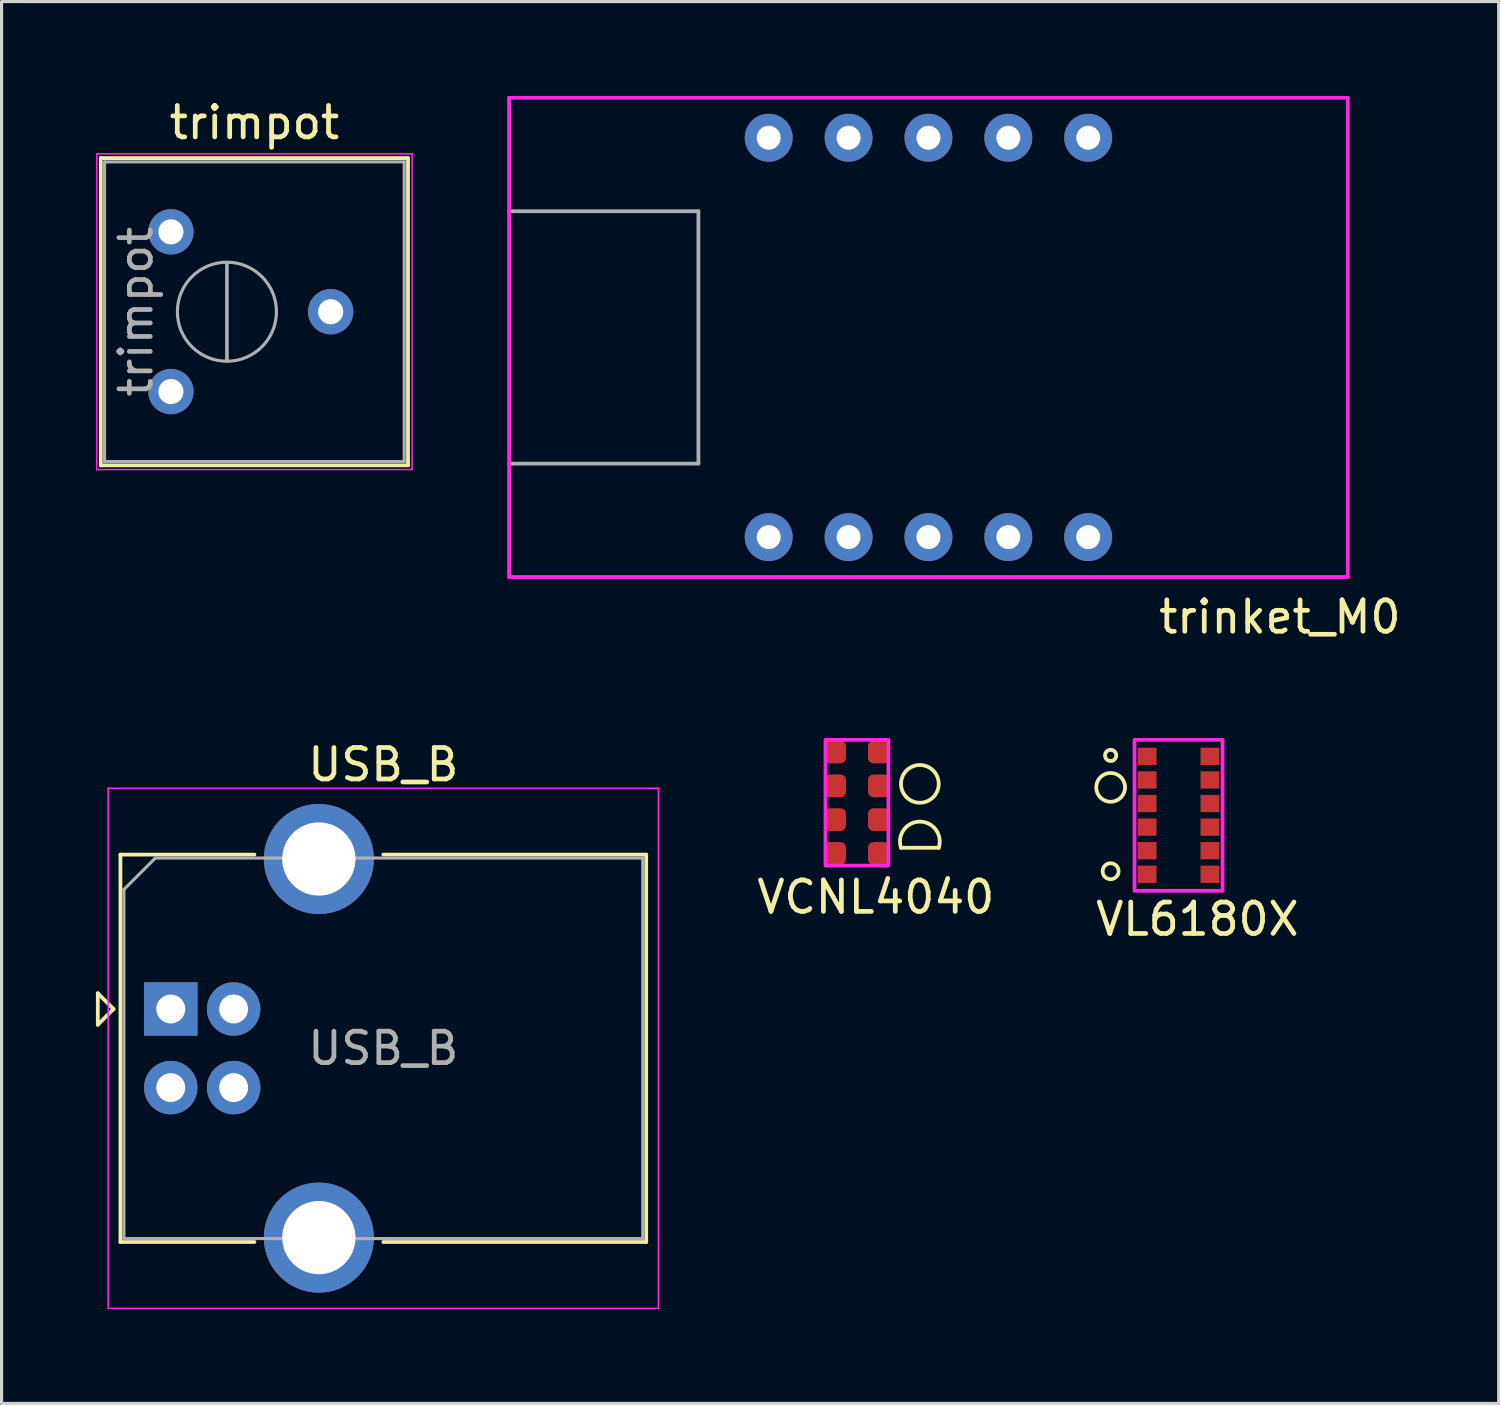
<source format=kicad_pcb>
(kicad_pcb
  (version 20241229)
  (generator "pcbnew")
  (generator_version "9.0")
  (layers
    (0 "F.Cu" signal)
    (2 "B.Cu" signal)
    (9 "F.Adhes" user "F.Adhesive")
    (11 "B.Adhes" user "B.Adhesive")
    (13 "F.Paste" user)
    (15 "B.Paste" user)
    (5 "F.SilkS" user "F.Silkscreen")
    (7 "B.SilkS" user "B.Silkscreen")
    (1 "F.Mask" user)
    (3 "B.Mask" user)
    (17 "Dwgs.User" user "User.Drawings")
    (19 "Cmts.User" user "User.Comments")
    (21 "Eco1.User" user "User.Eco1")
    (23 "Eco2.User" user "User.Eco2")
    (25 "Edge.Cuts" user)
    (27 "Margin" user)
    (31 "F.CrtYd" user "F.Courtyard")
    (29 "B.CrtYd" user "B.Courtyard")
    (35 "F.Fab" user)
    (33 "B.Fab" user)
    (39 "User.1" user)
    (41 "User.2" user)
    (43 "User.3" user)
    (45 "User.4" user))
  (footprint "VCNL4040"
    (layer "F.Cu")
    (at 24.202 22.478)
    (property "Reference" "VCNL4040" (at 0.6 3 0) (unlocked yes) (layer "F.SilkS") (effects (font (size 1 1) (thickness 0.15))))
    (attr smd)
    (fp_line (start 1.4 1.432) (end 2.6 1.432) (stroke (width 0.12) (type solid)) (layer "F.SilkS"))
    (fp_arc (start 1.400002 1.432455) (mid 2.000001 0.6) (end 2.6 1.432454) (stroke (width 0.12) (type solid)) (layer "F.SilkS"))
    (fp_circle (center 2 -0.6) (end 2 -1.2) (stroke (width 0.12) (type solid)) (fill no) (layer "F.SilkS"))
    (fp_rect (start -1 -2) (end 1 2) (stroke (width 0.12) (type solid)) (fill no) (layer "F.CrtYd"))
    (pad "1" smd roundrect (at 0.7 1.613) (size 0.7 0.725) (layers "F.Cu" "F.Mask" "F.Paste") (roundrect_rratio 0.25))
    (pad "2" smd roundrect (at 0.7 0.537) (size 0.7 0.725) (layers "F.Cu" "F.Mask" "F.Paste") (roundrect_rratio 0.25))
    (pad "3" smd roundrect (at 0.7 -0.537) (size 0.7 0.725) (layers "F.Cu" "F.Mask" "F.Paste") (roundrect_rratio 0.25))
    (pad "4" smd roundrect (at 0.7 -1.613) (size 0.7 0.725) (layers "F.Cu" "F.Mask" "F.Paste") (roundrect_rratio 0.25))
    (pad "5" smd roundrect (at -0.7 -1.613) (size 0.7 0.725) (layers "F.Cu" "F.Mask" "F.Paste") (roundrect_rratio 0.25))
    (pad "6" smd roundrect (at -0.7 -0.537) (size 0.7 0.725) (layers "F.Cu" "F.Mask" "F.Paste") (roundrect_rratio 0.25))
    (pad "7" smd roundrect (at -0.7 0.537) (size 0.7 0.725) (layers "F.Cu" "F.Mask" "F.Paste") (roundrect_rratio 0.25))
    (pad "8" smd roundrect (at -0.7 1.613) (size 0.7 0.725) (layers "F.Cu" "F.Mask" "F.Paste") (roundrect_rratio 0.25)))
  (footprint "trinket_M0"
    (layer "F.Cu")
    (at 26.475 7.68)
    (property "Reference" "trinket_M0" (at 11.176 8.89 0) (layer "F.SilkS") (effects (font (size 1 1) (thickness 0.15))))
    (attr through_hole)
    (fp_line (start -13.335 -7.62) (end -13.335 7.62) (stroke (width 0.12) (type solid)) (layer "F.CrtYd"))
    (fp_line (start -13.335 -7.62) (end 13.335 -7.62) (stroke (width 0.12) (type solid)) (layer "F.CrtYd"))
    (fp_line (start -13.335 7.62) (end 13.335 7.62) (stroke (width 0.12) (type solid)) (layer "F.CrtYd"))
    (fp_line (start 13.335 7.62) (end 13.335 -7.62) (stroke (width 0.12) (type solid)) (layer "F.CrtYd"))
    (fp_line (start -13.335 -4.013) (end -7.315 -4.013) (stroke (width 0.12) (type solid)) (layer "F.Fab"))
    (fp_line (start -13.335 4.013) (end -7.315 4.013) (stroke (width 0.12) (type solid)) (layer "F.Fab"))
    (fp_line (start -7.315 4.013) (end -7.315 -4.013) (stroke (width 0.12) (type solid)) (layer "F.Fab"))
    (pad "1" thru_hole circle (at -5.08 6.35) (size 1.524 1.524) (drill 0.762) (layers "*.Cu" "*.Mask"))
    (pad "2" thru_hole circle (at -2.54 6.35) (size 1.524 1.524) (drill 0.762) (layers "*.Cu" "*.Mask"))
    (pad "3" thru_hole circle (at 0 6.35) (size 1.524 1.524) (drill 0.762) (layers "*.Cu" "*.Mask"))
    (pad "4" thru_hole circle (at 2.54 6.35) (size 1.524 1.524) (drill 0.762) (layers "*.Cu" "*.Mask"))
    (pad "5" thru_hole circle (at 5.08 6.35) (size 1.524 1.524) (drill 0.762) (layers "*.Cu" "*.Mask"))
    (pad "6" thru_hole circle (at 5.08 -6.35) (size 1.524 1.524) (drill 0.762) (layers "*.Cu" "*.Mask"))
    (pad "7" thru_hole circle (at 2.54 -6.35) (size 1.524 1.524) (drill 0.762) (layers "*.Cu" "*.Mask"))
    (pad "8" thru_hole circle (at 0 -6.35) (size 1.524 1.524) (drill 0.762) (layers "*.Cu" "*.Mask"))
    (pad "9" thru_hole circle (at -2.54 -6.35) (size 1.524 1.524) (drill 0.762) (layers "*.Cu" "*.Mask"))
    (pad "10" thru_hole circle (at -5.08 -6.35) (size 1.524 1.524) (drill 0.762) (layers "*.Cu" "*.Mask")))
  (footprint "VL6180X"
    (layer "F.Cu")
    (at 34.428 22.878)
    (property "Reference" "VL6180X" (at 0.6 3.302 0) (unlocked yes) (layer "F.SilkS") (effects (font (size 1 1) (thickness 0.15))))
    (attr smd)
    (fp_circle (center -2.159 -1.905) (end -2.159 -2.083) (stroke (width 0.12) (type solid)) (fill no) (layer "F.SilkS"))
    (fp_circle (center -2.159 -0.889) (end -2.413 -1.27) (stroke (width 0.12) (type solid)) (fill no) (layer "F.SilkS"))
    (fp_circle (center -2.159 1.778) (end -2.159 1.524) (stroke (width 0.12) (type solid)) (fill no) (layer "F.SilkS"))
    (fp_rect (start -1.4 -2.4) (end 1.4 2.4) (stroke (width 0.12) (type solid)) (fill no) (layer "F.CrtYd"))
    (pad "1" smd rect (at -1 -1.875 90) (size 0.55 0.6) (layers "F.Cu" "F.Mask" "F.Paste"))
    (pad "2" smd rect (at -1 -1.125 90) (size 0.55 0.6) (layers "F.Cu" "F.Mask" "F.Paste"))
    (pad "3" smd rect (at -1 -0.375 90) (size 0.55 0.6) (layers "F.Cu" "F.Mask" "F.Paste"))
    (pad "4" smd rect (at -1 0.375 90) (size 0.55 0.6) (layers "F.Cu" "F.Mask" "F.Paste"))
    (pad "5" smd rect (at -1 1.125 90) (size 0.55 0.6) (layers "F.Cu" "F.Mask" "F.Paste"))
    (pad "6" smd rect (at -1 1.875 90) (size 0.55 0.6) (layers "F.Cu" "F.Mask" "F.Paste"))
    (pad "7" smd rect (at 1 1.875 90) (size 0.55 0.6) (layers "F.Cu" "F.Mask" "F.Paste"))
    (pad "8" smd rect (at 1 1.125 90) (size 0.55 0.6) (layers "F.Cu" "F.Mask" "F.Paste"))
    (pad "9" smd rect (at 1 0.375 90) (size 0.55 0.6) (layers "F.Cu" "F.Mask" "F.Paste"))
    (pad "10" smd rect (at 1 -0.375 90) (size 0.55 0.6) (layers "F.Cu" "F.Mask" "F.Paste"))
    (pad "11" smd rect (at 1 -1.125 90) (size 0.55 0.6) (layers "F.Cu" "F.Mask" "F.Paste"))
    (pad "12" smd rect (at 1 -1.875 90) (size 0.55 0.6) (layers "F.Cu" "F.Mask" "F.Paste")))
  (footprint "trimpot"
    (layer "F.Cu")
    (at 2.385 9.403)
    (property "Reference" "trimpot" (at 2.655 -8.555 0) (layer "F.SilkS") (effects (font (size 1 1) (thickness 0.15))))
    (attr through_hole)
    (fp_line (start -2.23 -7.425) (end -2.23 2.345) (stroke (width 0.12) (type solid)) (layer "F.SilkS"))
    (fp_line (start -2.23 -7.425) (end 7.54 -7.425) (stroke (width 0.12) (type solid)) (layer "F.SilkS"))
    (fp_line (start -2.23 2.345) (end 7.54 2.345) (stroke (width 0.12) (type solid)) (layer "F.SilkS"))
    (fp_line (start 7.54 -7.425) (end 7.54 2.345) (stroke (width 0.12) (type solid)) (layer "F.SilkS"))
    (fp_line (start -2.36 -7.56) (end -2.36 2.48) (stroke (width 0.05) (type solid)) (layer "F.CrtYd"))
    (fp_line (start -2.36 2.48) (end 7.67 2.48) (stroke (width 0.05) (type solid)) (layer "F.CrtYd"))
    (fp_line (start 7.67 -7.56) (end -2.36 -7.56) (stroke (width 0.05) (type solid)) (layer "F.CrtYd"))
    (fp_line (start 7.67 2.48) (end 7.67 -7.56) (stroke (width 0.05) (type solid)) (layer "F.CrtYd"))
    (fp_line (start -2.11 -7.305) (end -2.11 2.225) (stroke (width 0.1) (type solid)) (layer "F.Fab"))
    (fp_line (start -2.11 2.225) (end 7.42 2.225) (stroke (width 0.1) (type solid)) (layer "F.Fab"))
    (fp_line (start 1.781 -0.98) (end 1.781 -4.099) (stroke (width 0.1) (type solid)) (layer "F.Fab"))
    (fp_line (start 1.781 -0.98) (end 1.781 -4.099) (stroke (width 0.1) (type solid)) (layer "F.Fab"))
    (fp_line (start 7.42 -7.305) (end -2.11 -7.305) (stroke (width 0.1) (type solid)) (layer "F.Fab"))
    (fp_line (start 7.42 2.225) (end 7.42 -7.305) (stroke (width 0.1) (type solid)) (layer "F.Fab"))
    (fp_circle (center 1.781 -2.54) (end 3.356 -2.54) (stroke (width 0.1) (type solid)) (fill no) (layer "F.Fab"))
    (fp_text user "${REFERENCE}" (at -1.11 -2.54 90) (layer "F.Fab") (effects (font (size 1 1) (thickness 0.15))))
    (pad "1" thru_hole circle (at 0 0) (size 1.44 1.44) (drill 0.8) (layers "*.Cu" "*.Mask"))
    (pad "2" thru_hole circle (at 5.08 -2.54) (size 1.44 1.44) (drill 0.8) (layers "*.Cu" "*.Mask"))
    (pad "3" thru_hole circle (at 0 -5.08) (size 1.44 1.44) (drill 0.8) (layers "*.Cu" "*.Mask")))
  (footprint "USB_B"
    (layer "F.Cu")
    (at 2.38 29.037)
    (property "Reference" "USB_B" (at 6.76 -7.77 0) (layer "F.SilkS") (effects (font (size 1 1) (thickness 0.15))))
    (attr through_hole)
    (fp_line (start -2.32 -0.5) (end -2.32 0.5) (stroke (width 0.12) (type solid)) (layer "F.SilkS"))
    (fp_line (start -2.32 0.5) (end -1.82 0) (stroke (width 0.12) (type solid)) (layer "F.SilkS"))
    (fp_line (start -1.82 0) (end -2.32 -0.5) (stroke (width 0.12) (type solid)) (layer "F.SilkS"))
    (fp_line (start -1.6 -4.91) (end -1.6 7.41) (stroke (width 0.12) (type solid)) (layer "F.SilkS"))
    (fp_line (start -1.6 7.41) (end 2.66 7.41) (stroke (width 0.12) (type solid)) (layer "F.SilkS"))
    (fp_line (start 2.66 -4.91) (end -1.6 -4.91) (stroke (width 0.12) (type solid)) (layer "F.SilkS"))
    (fp_line (start 6.76 -4.91) (end 15.12 -4.91) (stroke (width 0.12) (type solid)) (layer "F.SilkS"))
    (fp_line (start 15.12 -4.91) (end 15.12 7.41) (stroke (width 0.12) (type solid)) (layer "F.SilkS"))
    (fp_line (start 15.12 7.41) (end 6.76 7.41) (stroke (width 0.12) (type solid)) (layer "F.SilkS"))
    (fp_line (start -1.99 -7.02) (end -1.99 9.52) (stroke (width 0.05) (type solid)) (layer "F.CrtYd"))
    (fp_line (start -1.99 9.52) (end 15.51 9.52) (stroke (width 0.05) (type solid)) (layer "F.CrtYd"))
    (fp_line (start 15.51 -7.02) (end -1.99 -7.02) (stroke (width 0.05) (type solid)) (layer "F.CrtYd"))
    (fp_line (start 15.51 9.52) (end 15.51 -7.02) (stroke (width 0.05) (type solid)) (layer "F.CrtYd"))
    (fp_line (start -1.49 -3.8) (end -0.49 -4.8) (stroke (width 0.1) (type solid)) (layer "F.Fab"))
    (fp_line (start -1.49 7.3) (end -1.49 -3.8) (stroke (width 0.1) (type solid)) (layer "F.Fab"))
    (fp_line (start -0.49 -4.8) (end 15.01 -4.8) (stroke (width 0.1) (type solid)) (layer "F.Fab"))
    (fp_line (start 15.01 -4.8) (end 15.01 7.3) (stroke (width 0.1) (type solid)) (layer "F.Fab"))
    (fp_line (start 15.01 7.3) (end -1.49 7.3) (stroke (width 0.1) (type solid)) (layer "F.Fab"))
    (fp_text user "${REFERENCE}" (at 6.76 1.25 0) (layer "F.Fab") (effects (font (size 1 1) (thickness 0.15))))
    (pad "1" thru_hole rect (at 0 0) (size 1.7 1.7) (drill 0.92) (layers "*.Cu" "*.Mask"))
    (pad "2" thru_hole circle (at 0 2.5) (size 1.7 1.7) (drill 0.92) (layers "*.Cu" "*.Mask"))
    (pad "3" thru_hole circle (at 2 2.5) (size 1.7 1.7) (drill 0.92) (layers "*.Cu" "*.Mask"))
    (pad "4" thru_hole circle (at 2 0) (size 1.7 1.7) (drill 0.92) (layers "*.Cu" "*.Mask"))
    (pad "5" thru_hole circle (at 4.71 -4.77) (size 3.5 3.5) (drill 2.33) (layers "*.Cu" "*.Mask"))
    (pad "5" thru_hole circle (at 4.71 7.27) (size 3.5 3.5) (drill 2.33) (layers "*.Cu" "*.Mask")))
  (gr_rect
    (start -3 -3)
    (end 44.609 41.581)
    (stroke (width 0.1) (type default))
    (fill no)
    (layer "Edge.Cuts")))
</source>
